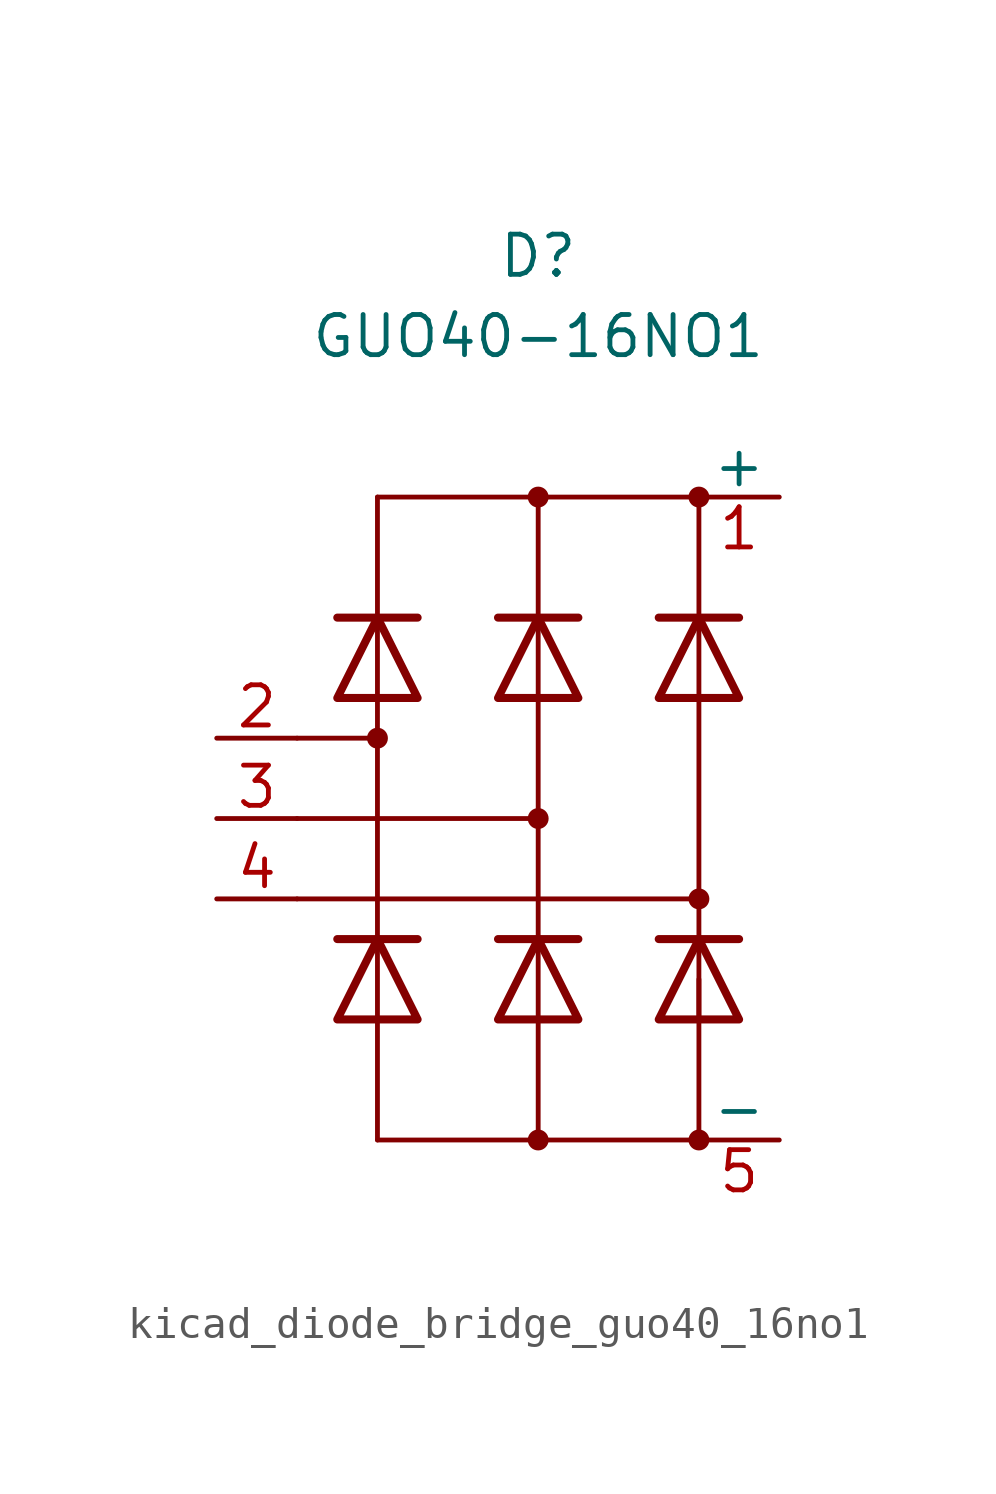
<source format=kicad_sym>
(kicad_symbol_lib
  (version 20220914)
  (generator kicad_symbol_editor)
  (symbol "kicad_diode_bridge_guo40_16no1"
    (pin_names
      (offset 0))
    (property "Reference" "D"
      (at 0 17.78 0)
      (effects (font (size 1.27 1.27))))
    (property "Value" "GUO40-16NO1"
      (at 0 15.24 0)
      (effects (font (size 1.27 1.27))))
    (symbol "kicad_diode_bridge_guo40_16no1_0_1"
      (circle (center -5.08 2.54) (radius 0.254) (stroke (width 0) (type default)) (fill (type outline)))
      (circle (center 0 -10.16) (radius 0.254) (stroke (width 0) (type default)) (fill (type outline)))
      (polyline (pts (xy -7.62 -2.54) (xy 5.08 -2.54)) (stroke (width 0) (type default)) (fill (type none)))
      (polyline (pts (xy -7.62 0) (xy 0 0)) (stroke (width 0) (type default)) (fill (type none)))
      (polyline (pts (xy -7.62 2.54) (xy -5.08 2.54)) (stroke (width 0) (type default)) (fill (type none)))
      (polyline (pts (xy -5.08 -10.16) (xy 5.08 -10.16)) (stroke (width 0) (type default)) (fill (type none)))
      (polyline (pts (xy -5.08 -6.35) (xy -5.08 -10.16)) (stroke (width 0) (type default)) (fill (type none)))
      (polyline (pts (xy -5.08 3.81) (xy -5.08 -3.81)) (stroke (width 0) (type default)) (fill (type none)))
      (polyline (pts (xy -5.08 10.16) (xy -5.08 6.35)) (stroke (width 0) (type default)) (fill (type none)))
      (polyline (pts (xy -5.08 10.16) (xy 5.08 10.16)) (stroke (width 0) (type default)) (fill (type none)))
      (polyline (pts (xy 0 -6.35) (xy 0 -10.16)) (stroke (width 0) (type default)) (fill (type none)))
      (polyline (pts (xy 0 3.81) (xy 0 -3.81)) (stroke (width 0) (type default)) (fill (type none)))
      (polyline (pts (xy 0 6.35) (xy 0 10.16)) (stroke (width 0) (type default)) (fill (type none)))
      (polyline (pts (xy 5.08 -10.16) (xy 5.08 -5.08)) (stroke (width 0) (type default)) (fill (type none)))
      (polyline (pts (xy 5.08 3.81) (xy 5.08 -3.81)) (stroke (width 0) (type default)) (fill (type none)))
      (polyline (pts (xy 5.08 10.16) (xy 5.08 6.35)) (stroke (width 0) (type default)) (fill (type none)))
      (circle (center 0 0) (radius 0.254) (stroke (width 0) (type default)) (fill (type outline)))
      (circle (center 0 10.16) (radius 0.254) (stroke (width 0) (type default)) (fill (type outline)))
      (circle (center 5.08 -10.16) (radius 0.254) (stroke (width 0) (type default)) (fill (type outline)))
      (circle (center 5.08 -2.54) (radius 0.254) (stroke (width 0) (type default)) (fill (type outline)))
      (circle (center 5.08 10.16) (radius 0.254) (stroke (width 0) (type default)) (fill (type outline))))
    (symbol "kicad_diode_bridge_guo40_16no1_1_1"
      (polyline (pts (xy -5.08 -6.35) (xy -5.08 -3.81)) (stroke (width 0) (type default)) (fill (type none)))
      (polyline (pts (xy -5.08 3.81) (xy -5.08 6.35)) (stroke (width 0) (type default)) (fill (type none)))
      (polyline (pts (xy -3.81 -3.81) (xy -6.35 -3.81)) (stroke (width 0.254) (type default)) (fill (type none)))
      (polyline (pts (xy -3.81 6.35) (xy -6.35 6.35)) (stroke (width 0.254) (type default)) (fill (type none)))
      (polyline (pts (xy 0 -6.35) (xy 0 -3.81)) (stroke (width 0) (type default)) (fill (type none)))
      (polyline (pts (xy 0 3.81) (xy 0 6.35)) (stroke (width 0) (type default)) (fill (type none)))
      (polyline (pts (xy 1.27 -3.81) (xy -1.27 -3.81)) (stroke (width 0.254) (type default)) (fill (type none)))
      (polyline (pts (xy 1.27 6.35) (xy -1.27 6.35)) (stroke (width 0.254) (type default)) (fill (type none)))
      (polyline (pts (xy 5.08 -6.35) (xy 5.08 -3.81)) (stroke (width 0) (type default)) (fill (type none)))
      (polyline (pts (xy 5.08 3.81) (xy 5.08 6.35)) (stroke (width 0) (type default)) (fill (type none)))
      (polyline (pts (xy 6.35 -3.81) (xy 3.81 -3.81)) (stroke (width 0.254) (type default)) (fill (type none)))
      (polyline (pts (xy 6.35 6.35) (xy 3.81 6.35)) (stroke (width 0.254) (type default)) (fill (type none)))
      (polyline (pts (xy -3.81 -6.35) (xy -6.35 -6.35) (xy -5.08 -3.81) (xy -3.81 -6.35)) (stroke (width 0.254) (type default)) (fill (type none)))
      (polyline (pts (xy -3.81 3.81) (xy -6.35 3.81) (xy -5.08 6.35) (xy -3.81 3.81)) (stroke (width 0.254) (type default)) (fill (type none)))
      (polyline (pts (xy 1.27 -6.35) (xy -1.27 -6.35) (xy 0 -3.81) (xy 1.27 -6.35)) (stroke (width 0.254) (type default)) (fill (type none)))
      (polyline (pts (xy 1.27 3.81) (xy -1.27 3.81) (xy 0 6.35) (xy 1.27 3.81)) (stroke (width 0.254) (type default)) (fill (type none)))
      (polyline (pts (xy 6.35 -6.35) (xy 3.81 -6.35) (xy 5.08 -3.81) (xy 6.35 -6.35)) (stroke (width 0.254) (type default)) (fill (type none)))
      (polyline (pts (xy 6.35 3.81) (xy 3.81 3.81) (xy 5.08 6.35) (xy 6.35 3.81)) (stroke (width 0.254) (type default)) (fill (type none)))
      (pin passive line (at 7.62 10.16 180) (length 2.54) (name "+" (effects (font (size 1.27 1.27)))) (number "1" (effects (font (size 1.27 1.27)))))
      (pin passive line (at -10.16 2.54 0) (length 2.54) (name "~" (effects (font (size 1.27 1.27)))) (number "2" (effects (font (size 1.27 1.27)))))
      (pin passive line (at -10.16 0 0) (length 2.54) (name "~" (effects (font (size 1.27 1.27)))) (number "3" (effects (font (size 1.27 1.27)))))
      (pin passive line (at -10.16 -2.54 0) (length 2.54) (name "~" (effects (font (size 1.27 1.27)))) (number "4" (effects (font (size 1.27 1.27)))))
      (pin passive line (at 7.62 -10.16 180) (length 2.54) (name "-" (effects (font (size 1.27 1.27)))) (number "5" (effects (font (size 1.27 1.27))))))))
</source>
